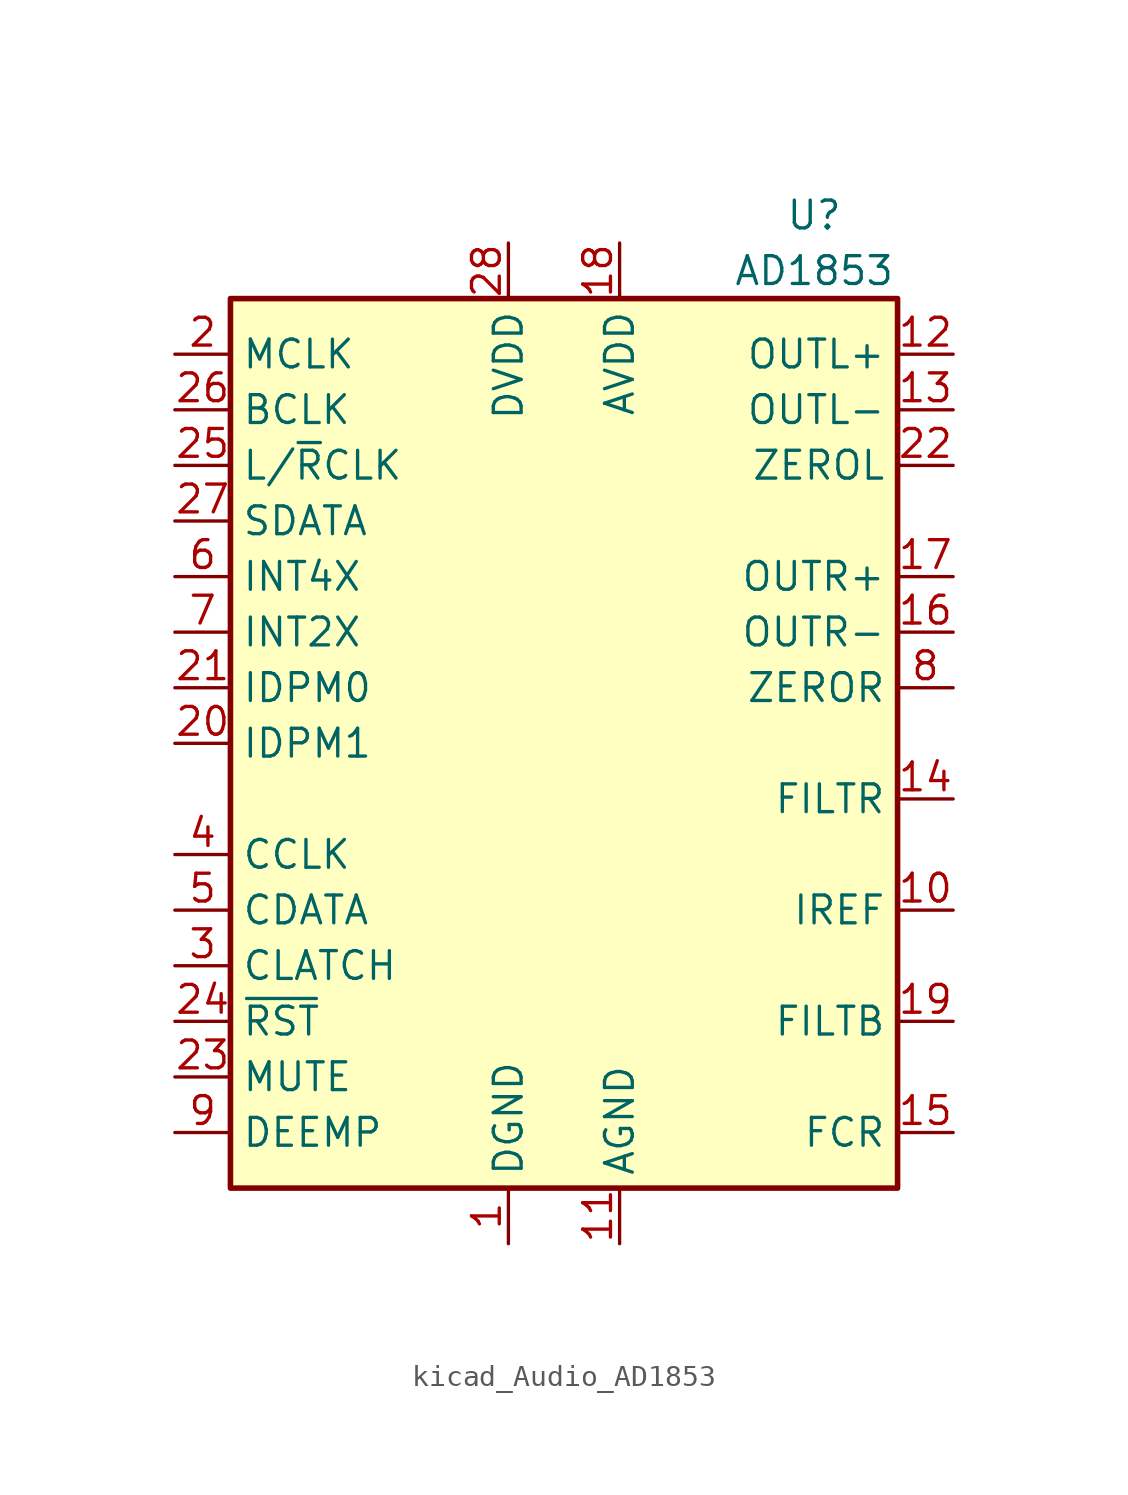
<source format=kicad_sym>
(kicad_symbol_lib
  (version 20220914)
  (generator kicad_symbol_editor)
  (symbol "kicad_Audio_AD1853"
    (property "Reference" "U"
      (at 11.43 24.13 0)
      (effects (font (size 1.27 1.27))))
    (property "Value" "AD1853"
      (at 11.43 21.59 0)
      (effects (font (size 1.27 1.27))))
    (symbol "kicad_Audio_AD1853_0_1"
      (rectangle (start -15.24 20.32) (end 15.24 -20.32) (stroke (width 0.254) (type default)) (fill (type background))))
    (symbol "kicad_Audio_AD1853_1_1"
      (pin power_in line (at -2.54 -22.86 90) (length 2.54) (name "DGND" (effects (font (size 1.27 1.27)))) (number "1" (effects (font (size 1.27 1.27)))))
      (pin passive line (at 17.78 -7.62 180) (length 2.54) (name "IREF" (effects (font (size 1.27 1.27)))) (number "10" (effects (font (size 1.27 1.27)))))
      (pin power_in line (at 2.54 -22.86 90) (length 2.54) (name "AGND" (effects (font (size 1.27 1.27)))) (number "11" (effects (font (size 1.27 1.27)))))
      (pin output line (at 17.78 17.78 180) (length 2.54) (name "OUTL+" (effects (font (size 1.27 1.27)))) (number "12" (effects (font (size 1.27 1.27)))))
      (pin output line (at 17.78 15.24 180) (length 2.54) (name "OUTL-" (effects (font (size 1.27 1.27)))) (number "13" (effects (font (size 1.27 1.27)))))
      (pin output line (at 17.78 -2.54 180) (length 2.54) (name "FILTR" (effects (font (size 1.27 1.27)))) (number "14" (effects (font (size 1.27 1.27)))))
      (pin output line (at 17.78 -17.78 180) (length 2.54) (name "FCR" (effects (font (size 1.27 1.27)))) (number "15" (effects (font (size 1.27 1.27)))))
      (pin output line (at 17.78 5.08 180) (length 2.54) (name "OUTR-" (effects (font (size 1.27 1.27)))) (number "16" (effects (font (size 1.27 1.27)))))
      (pin output line (at 17.78 7.62 180) (length 2.54) (name "OUTR+" (effects (font (size 1.27 1.27)))) (number "17" (effects (font (size 1.27 1.27)))))
      (pin power_in line (at 2.54 22.86 270) (length 2.54) (name "AVDD" (effects (font (size 1.27 1.27)))) (number "18" (effects (font (size 1.27 1.27)))))
      (pin output line (at 17.78 -12.7 180) (length 2.54) (name "FILTB" (effects (font (size 1.27 1.27)))) (number "19" (effects (font (size 1.27 1.27)))))
      (pin input line (at -17.78 17.78 0) (length 2.54) (name "MCLK" (effects (font (size 1.27 1.27)))) (number "2" (effects (font (size 1.27 1.27)))))
      (pin input line (at -17.78 0 0) (length 2.54) (name "IDPM1" (effects (font (size 1.27 1.27)))) (number "20" (effects (font (size 1.27 1.27)))))
      (pin input line (at -17.78 2.54 0) (length 2.54) (name "IDPM0" (effects (font (size 1.27 1.27)))) (number "21" (effects (font (size 1.27 1.27)))))
      (pin output line (at 17.78 12.7 180) (length 2.54) (name "ZEROL" (effects (font (size 1.27 1.27)))) (number "22" (effects (font (size 1.27 1.27)))))
      (pin input line (at -17.78 -15.24 0) (length 2.54) (name "MUTE" (effects (font (size 1.27 1.27)))) (number "23" (effects (font (size 1.27 1.27)))))
      (pin input line (at -17.78 -12.7 0) (length 2.54) (name "~{RST}" (effects (font (size 1.27 1.27)))) (number "24" (effects (font (size 1.27 1.27)))))
      (pin input line (at -17.78 12.7 0) (length 2.54) (name "L/~{R}CLK" (effects (font (size 1.27 1.27)))) (number "25" (effects (font (size 1.27 1.27)))))
      (pin input line (at -17.78 15.24 0) (length 2.54) (name "BCLK" (effects (font (size 1.27 1.27)))) (number "26" (effects (font (size 1.27 1.27)))))
      (pin input line (at -17.78 10.16 0) (length 2.54) (name "SDATA" (effects (font (size 1.27 1.27)))) (number "27" (effects (font (size 1.27 1.27)))))
      (pin power_in line (at -2.54 22.86 270) (length 2.54) (name "DVDD" (effects (font (size 1.27 1.27)))) (number "28" (effects (font (size 1.27 1.27)))))
      (pin input line (at -17.78 -10.16 0) (length 2.54) (name "CLATCH" (effects (font (size 1.27 1.27)))) (number "3" (effects (font (size 1.27 1.27)))))
      (pin input line (at -17.78 -5.08 0) (length 2.54) (name "CCLK" (effects (font (size 1.27 1.27)))) (number "4" (effects (font (size 1.27 1.27)))))
      (pin input line (at -17.78 -7.62 0) (length 2.54) (name "CDATA" (effects (font (size 1.27 1.27)))) (number "5" (effects (font (size 1.27 1.27)))))
      (pin input line (at -17.78 7.62 0) (length 2.54) (name "INT4X" (effects (font (size 1.27 1.27)))) (number "6" (effects (font (size 1.27 1.27)))))
      (pin input line (at -17.78 5.08 0) (length 2.54) (name "INT2X" (effects (font (size 1.27 1.27)))) (number "7" (effects (font (size 1.27 1.27)))))
      (pin output line (at 17.78 2.54 180) (length 2.54) (name "ZEROR" (effects (font (size 1.27 1.27)))) (number "8" (effects (font (size 1.27 1.27)))))
      (pin input line (at -17.78 -17.78 0) (length 2.54) (name "DEEMP" (effects (font (size 1.27 1.27)))) (number "9" (effects (font (size 1.27 1.27))))))))
</source>
